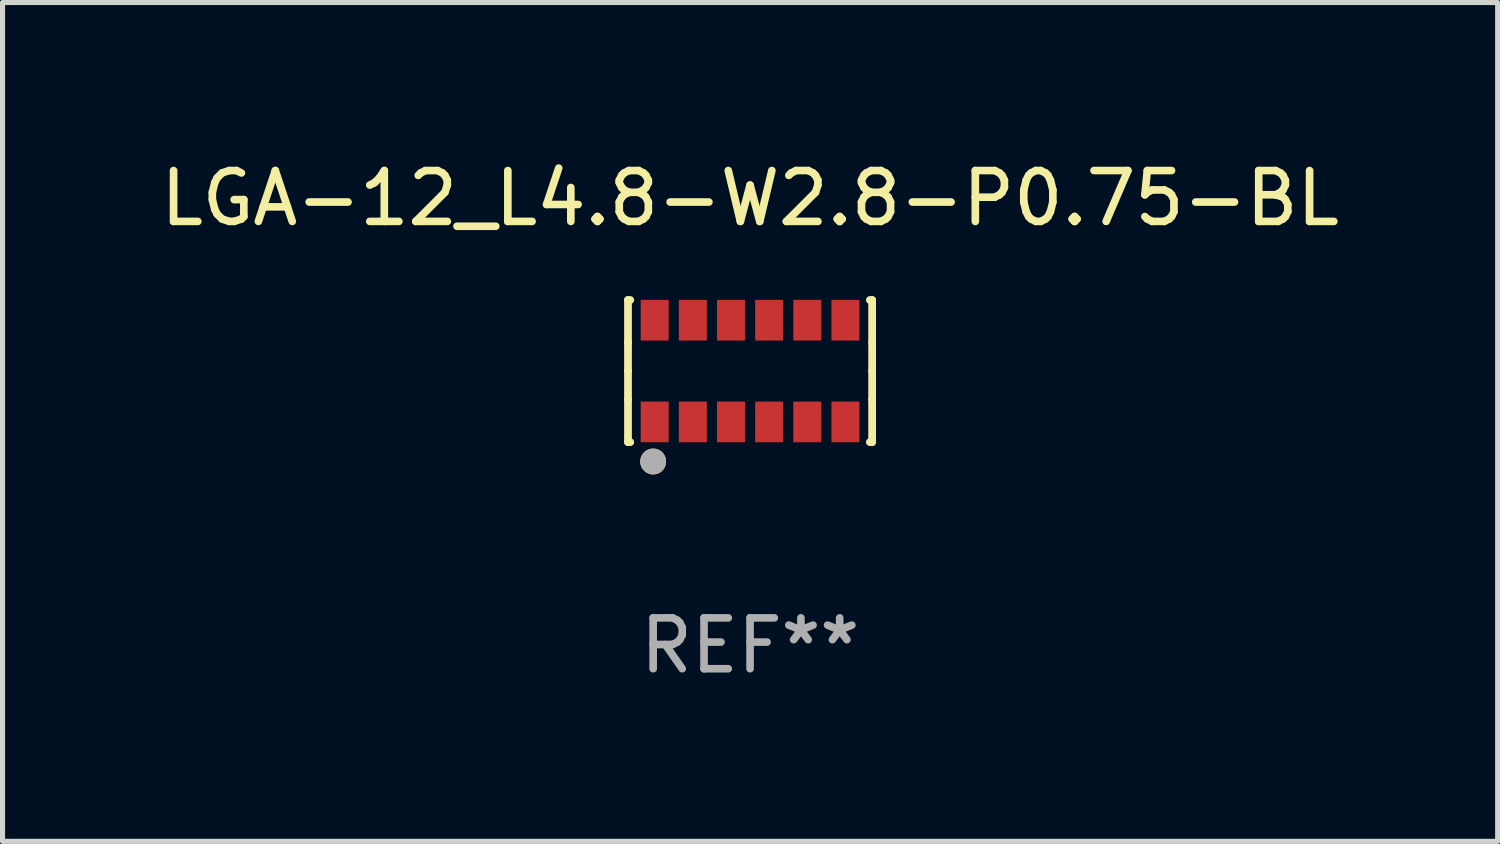
<source format=kicad_pcb>
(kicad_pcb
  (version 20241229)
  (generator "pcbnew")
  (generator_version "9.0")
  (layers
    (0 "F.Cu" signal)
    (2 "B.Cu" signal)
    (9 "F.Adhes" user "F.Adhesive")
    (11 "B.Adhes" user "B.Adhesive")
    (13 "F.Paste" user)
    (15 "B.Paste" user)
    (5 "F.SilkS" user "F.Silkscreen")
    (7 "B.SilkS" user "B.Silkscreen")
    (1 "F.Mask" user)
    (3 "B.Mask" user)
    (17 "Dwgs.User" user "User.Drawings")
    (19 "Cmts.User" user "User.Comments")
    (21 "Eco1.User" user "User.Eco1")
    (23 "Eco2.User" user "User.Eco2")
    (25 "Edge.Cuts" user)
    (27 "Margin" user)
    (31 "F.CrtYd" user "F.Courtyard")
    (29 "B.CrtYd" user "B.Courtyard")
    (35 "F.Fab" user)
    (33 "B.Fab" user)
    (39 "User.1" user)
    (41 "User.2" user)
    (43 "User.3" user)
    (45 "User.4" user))
  (footprint "LGA-12_L4.8-W2.8-P0.75-BL"
    (layer "F.Cu")
    (at 11.696 4.245)
    (property "Reference" "LGA-12_L4.8-W2.8-P0.75-BL" (at -0.000025 -3.397 0) (layer "F.SilkS") (effects (font (size 1 1) (thickness 0.15))))
    (attr through_hole)
    (fp_line (start -2.4 -1.397) (end -2.355 -1.397) (stroke (width 0.152) (type solid)) (layer "F.SilkS"))
    (fp_line (start -2.4 -0.557) (end -2.4 -1.397) (stroke (width 0.152) (type solid)) (layer "F.SilkS"))
    (fp_line (start -2.4 0) (end -2.4 -0.557) (stroke (width 0.152) (type solid)) (layer "F.SilkS"))
    (fp_line (start -2.4 0) (end -2.4 0.557) (stroke (width 0.152) (type solid)) (layer "F.SilkS"))
    (fp_line (start -2.4 0.557) (end -2.4 1.397) (stroke (width 0.152) (type solid)) (layer "F.SilkS"))
    (fp_line (start -2.4 1.397) (end -2.355 1.397) (stroke (width 0.152) (type solid)) (layer "F.SilkS"))
    (fp_line (start 2.4 -1.397) (end 2.355 -1.397) (stroke (width 0.152) (type solid)) (layer "F.SilkS"))
    (fp_line (start 2.4 -0.557) (end 2.4 -1.397) (stroke (width 0.152) (type solid)) (layer "F.SilkS"))
    (fp_line (start 2.4 0) (end 2.4 -0.557) (stroke (width 0.152) (type solid)) (layer "F.SilkS"))
    (fp_line (start 2.4 0) (end 2.4 0.557) (stroke (width 0.152) (type solid)) (layer "F.SilkS"))
    (fp_line (start 2.4 0.557) (end 2.4 1.397) (stroke (width 0.152) (type solid)) (layer "F.SilkS"))
    (fp_line (start 2.4 1.397) (end 2.355 1.397) (stroke (width 0.152) (type solid)) (layer "F.SilkS"))
    (fp_circle (center -2.4 1.4) (end -2.37 1.4) (stroke (width 0.06) (type solid)) (fill no) (layer "F.SilkS"))
    (fp_circle (center -1.905 1.778) (end -1.778 1.778) (stroke (width 0.254) (type solid)) (fill no) (layer "F.SilkS"))
    (fp_circle (center -1.905 1.778) (end -1.778 1.778) (stroke (width 0.254) (type solid)) (fill no) (layer "F.Fab"))
    (fp_text user "REF**" (at -0.000025 5.397 0) (layer "F.Fab") (effects (font (size 1 1) (thickness 0.15))))
    (pad "1" smd rect (at -1.875 1) (size 0.55 0.8) (layers "F.Cu" "F.Mask" "F.Paste"))
    (pad "2" smd rect (at -1.125 1) (size 0.55 0.8) (layers "F.Cu" "F.Mask" "F.Paste"))
    (pad "3" smd rect (at -0.375 1) (size 0.55 0.8) (layers "F.Cu" "F.Mask" "F.Paste"))
    (pad "4" smd rect (at 0.375 1) (size 0.55 0.8) (layers "F.Cu" "F.Mask" "F.Paste"))
    (pad "5" smd rect (at 1.125 1) (size 0.55 0.8) (layers "F.Cu" "F.Mask" "F.Paste"))
    (pad "6" smd rect (at 1.875 1) (size 0.55 0.8) (layers "F.Cu" "F.Mask" "F.Paste"))
    (pad "7" smd rect (at 1.875 -1) (size 0.55 0.8) (layers "F.Cu" "F.Mask" "F.Paste"))
    (pad "8" smd rect (at 1.125 -1) (size 0.55 0.8) (layers "F.Cu" "F.Mask" "F.Paste"))
    (pad "9" smd rect (at 0.375 -1) (size 0.55 0.8) (layers "F.Cu" "F.Mask" "F.Paste"))
    (pad "10" smd rect (at -0.375 -1) (size 0.55 0.8) (layers "F.Cu" "F.Mask" "F.Paste"))
    (pad "11" smd rect (at -1.125 -1) (size 0.55 0.8) (layers "F.Cu" "F.Mask" "F.Paste"))
    (pad "12" smd rect (at -1.875 -1) (size 0.55 0.8) (layers "F.Cu" "F.Mask" "F.Paste")))
  (gr_rect
    (start -3 -3)
    (end 26.393 13.491)
    (stroke (width 0.1) (type default))
    (fill no)
    (layer "Edge.Cuts")))
</source>
